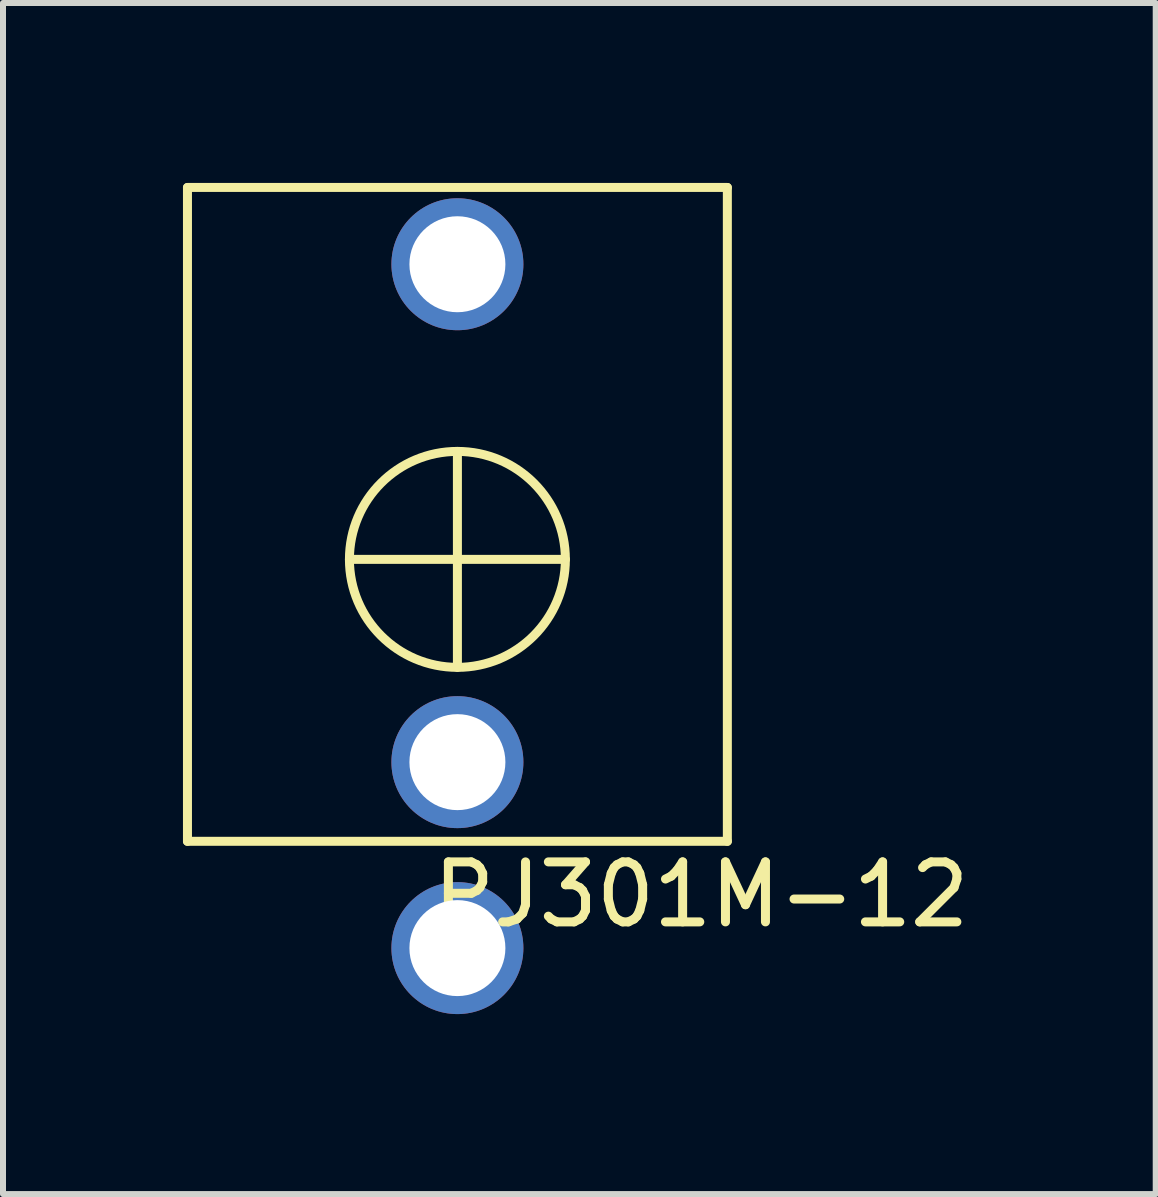
<source format=kicad_pcb>
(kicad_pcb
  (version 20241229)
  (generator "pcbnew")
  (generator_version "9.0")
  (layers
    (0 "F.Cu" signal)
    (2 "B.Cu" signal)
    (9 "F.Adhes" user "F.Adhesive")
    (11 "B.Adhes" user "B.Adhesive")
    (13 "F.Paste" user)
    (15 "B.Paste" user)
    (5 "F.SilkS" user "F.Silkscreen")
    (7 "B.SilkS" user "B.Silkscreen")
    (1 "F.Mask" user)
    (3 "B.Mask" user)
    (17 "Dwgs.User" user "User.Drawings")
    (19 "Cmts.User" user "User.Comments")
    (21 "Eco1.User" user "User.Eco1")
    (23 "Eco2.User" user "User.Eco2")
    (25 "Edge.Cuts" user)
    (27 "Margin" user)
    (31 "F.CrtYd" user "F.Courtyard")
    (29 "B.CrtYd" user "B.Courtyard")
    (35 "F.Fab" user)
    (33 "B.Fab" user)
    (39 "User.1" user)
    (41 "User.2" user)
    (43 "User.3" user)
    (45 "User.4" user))
  (footprint "PJ301M-12"
    (layer "F.Cu")
    (at 4.575 6.275)
    (property "Reference" "PJ301M-12" (at 4.064 5.588 0) (layer "F.SilkS") (effects (font (size 1 1) (thickness 0.15))))
    (attr through_hole)
    (fp_line (start -4.5 -6.2) (end -4.5 4.7) (stroke (width 0.15) (type solid)) (layer "F.SilkS"))
    (fp_line (start -4.5 -6.2) (end 4.5 -6.2) (stroke (width 0.15) (type solid)) (layer "F.SilkS"))
    (fp_line (start -4.5 4.7) (end 4.5 4.7) (stroke (width 0.15) (type solid)) (layer "F.SilkS"))
    (fp_line (start -1.8 0) (end 1.8 0) (stroke (width 0.15) (type solid)) (layer "F.SilkS"))
    (fp_line (start 0 -1.8) (end 0 1.8) (stroke (width 0.15) (type solid)) (layer "F.SilkS"))
    (fp_line (start 4.5 -6.2) (end 4.5 4.7) (stroke (width 0.15) (type solid)) (layer "F.SilkS"))
    (fp_circle (center 0 0) (end 1.8 0) (stroke (width 0.15) (type solid)) (fill no) (layer "F.SilkS"))
    (pad "S" thru_hole circle (at 0 6.48) (size 2.2 2.2) (drill 1.6) (layers "*.Cu" "*.Mask"))
    (pad "T" thru_hole circle (at 0 -4.92) (size 2.2 2.2) (drill 1.6) (layers "*.Cu" "*.Mask"))
    (pad "TN" thru_hole circle (at 0 3.38) (size 2.2 2.2) (drill 1.6) (layers "*.Cu" "*.Mask")))
  (gr_rect
    (start -3 -3)
    (end 16.216 16.855)
    (stroke (width 0.1) (type default))
    (fill no)
    (layer "Edge.Cuts")))
</source>
